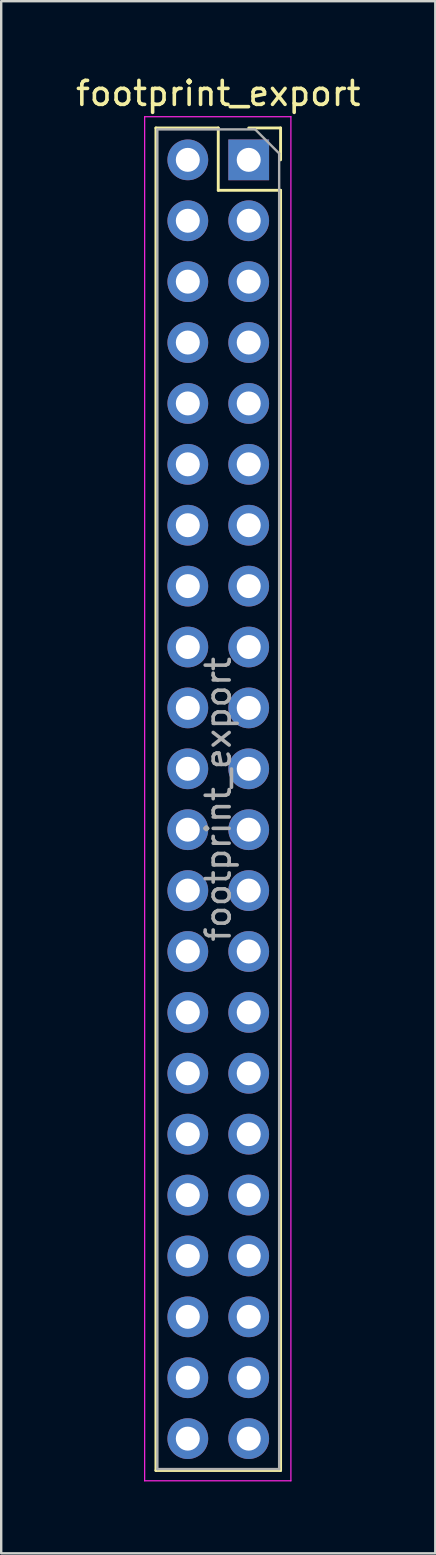
<source format=kicad_pcb>
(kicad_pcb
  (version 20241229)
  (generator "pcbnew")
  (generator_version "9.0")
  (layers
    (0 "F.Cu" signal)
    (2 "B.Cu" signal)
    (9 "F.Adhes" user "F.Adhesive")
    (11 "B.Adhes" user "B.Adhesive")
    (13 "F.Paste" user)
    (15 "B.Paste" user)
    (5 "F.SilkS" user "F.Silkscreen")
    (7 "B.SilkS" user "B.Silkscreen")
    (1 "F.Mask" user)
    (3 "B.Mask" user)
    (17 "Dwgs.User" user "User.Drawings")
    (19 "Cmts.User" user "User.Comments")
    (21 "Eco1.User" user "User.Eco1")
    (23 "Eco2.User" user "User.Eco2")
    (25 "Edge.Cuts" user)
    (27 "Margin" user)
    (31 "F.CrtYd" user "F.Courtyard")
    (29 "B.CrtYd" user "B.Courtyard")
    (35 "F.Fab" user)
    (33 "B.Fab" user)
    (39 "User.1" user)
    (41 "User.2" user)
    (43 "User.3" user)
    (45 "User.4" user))
  (footprint "footprint_export"
    (layer "F.Cu")
    (at 7.324 3.618)
    (property "Reference" "footprint_export" (at -1.27 -2.77 0) (layer "F.SilkS") (effects (font (size 1 1) (thickness 0.15))))
    (attr through_hole)
    (fp_line (start -3.87 -1.33) (end -3.87 54.67) (stroke (width 0.12) (type solid)) (layer "F.SilkS"))
    (fp_line (start -3.87 -1.33) (end -1.27 -1.33) (stroke (width 0.12) (type solid)) (layer "F.SilkS"))
    (fp_line (start -3.87 54.67) (end 1.33 54.67) (stroke (width 0.12) (type solid)) (layer "F.SilkS"))
    (fp_line (start -1.27 -1.33) (end -1.27 1.27) (stroke (width 0.12) (type solid)) (layer "F.SilkS"))
    (fp_line (start -1.27 1.27) (end 1.33 1.27) (stroke (width 0.12) (type solid)) (layer "F.SilkS"))
    (fp_line (start 0 -1.33) (end 1.33 -1.33) (stroke (width 0.12) (type solid)) (layer "F.SilkS"))
    (fp_line (start 1.33 -1.33) (end 1.33 0) (stroke (width 0.12) (type solid)) (layer "F.SilkS"))
    (fp_line (start 1.33 1.27) (end 1.33 54.67) (stroke (width 0.12) (type solid)) (layer "F.SilkS"))
    (fp_line (start -4.34 -1.8) (end 1.76 -1.8) (stroke (width 0.05) (type solid)) (layer "F.CrtYd"))
    (fp_line (start -4.34 55.1) (end -4.34 -1.8) (stroke (width 0.05) (type solid)) (layer "F.CrtYd"))
    (fp_line (start 1.76 -1.8) (end 1.76 55.1) (stroke (width 0.05) (type solid)) (layer "F.CrtYd"))
    (fp_line (start 1.76 55.1) (end -4.34 55.1) (stroke (width 0.05) (type solid)) (layer "F.CrtYd"))
    (fp_line (start -3.81 -1.27) (end 0.27 -1.27) (stroke (width 0.1) (type solid)) (layer "F.Fab"))
    (fp_line (start -3.81 54.61) (end -3.81 -1.27) (stroke (width 0.1) (type solid)) (layer "F.Fab"))
    (fp_line (start 0.27 -1.27) (end 1.27 -0.27) (stroke (width 0.1) (type solid)) (layer "F.Fab"))
    (fp_line (start 1.27 -0.27) (end 1.27 54.61) (stroke (width 0.1) (type solid)) (layer "F.Fab"))
    (fp_line (start 1.27 54.61) (end -3.81 54.61) (stroke (width 0.1) (type solid)) (layer "F.Fab"))
    (fp_text user "${REFERENCE}" (at -1.27 26.67 90) (layer "F.Fab") (effects (font (size 1 1) (thickness 0.15))))
    (pad "1" thru_hole rect (at 0 0) (size 1.7 1.7) (drill 1) (layers "*.Cu" "*.Mask"))
    (pad "2" thru_hole oval (at -2.54 0) (size 1.7 1.7) (drill 1) (layers "*.Cu" "*.Mask"))
    (pad "3" thru_hole oval (at 0 2.54) (size 1.7 1.7) (drill 1) (layers "*.Cu" "*.Mask"))
    (pad "4" thru_hole oval (at -2.54 2.54) (size 1.7 1.7) (drill 1) (layers "*.Cu" "*.Mask"))
    (pad "5" thru_hole oval (at 0 5.08) (size 1.7 1.7) (drill 1) (layers "*.Cu" "*.Mask"))
    (pad "6" thru_hole oval (at -2.54 5.08) (size 1.7 1.7) (drill 1) (layers "*.Cu" "*.Mask"))
    (pad "7" thru_hole oval (at 0 7.62) (size 1.7 1.7) (drill 1) (layers "*.Cu" "*.Mask"))
    (pad "8" thru_hole oval (at -2.54 7.62) (size 1.7 1.7) (drill 1) (layers "*.Cu" "*.Mask"))
    (pad "9" thru_hole oval (at 0 10.16) (size 1.7 1.7) (drill 1) (layers "*.Cu" "*.Mask"))
    (pad "10" thru_hole oval (at -2.54 10.16) (size 1.7 1.7) (drill 1) (layers "*.Cu" "*.Mask"))
    (pad "11" thru_hole oval (at 0 12.7) (size 1.7 1.7) (drill 1) (layers "*.Cu" "*.Mask"))
    (pad "12" thru_hole oval (at -2.54 12.7) (size 1.7 1.7) (drill 1) (layers "*.Cu" "*.Mask"))
    (pad "13" thru_hole oval (at 0 15.24) (size 1.7 1.7) (drill 1) (layers "*.Cu" "*.Mask"))
    (pad "14" thru_hole oval (at -2.54 15.24) (size 1.7 1.7) (drill 1) (layers "*.Cu" "*.Mask"))
    (pad "15" thru_hole oval (at 0 17.78) (size 1.7 1.7) (drill 1) (layers "*.Cu" "*.Mask"))
    (pad "16" thru_hole oval (at -2.54 17.78) (size 1.7 1.7) (drill 1) (layers "*.Cu" "*.Mask"))
    (pad "17" thru_hole oval (at 0 20.32) (size 1.7 1.7) (drill 1) (layers "*.Cu" "*.Mask"))
    (pad "18" thru_hole oval (at -2.54 20.32) (size 1.7 1.7) (drill 1) (layers "*.Cu" "*.Mask"))
    (pad "19" thru_hole oval (at 0 22.86) (size 1.7 1.7) (drill 1) (layers "*.Cu" "*.Mask"))
    (pad "20" thru_hole oval (at -2.54 22.86) (size 1.7 1.7) (drill 1) (layers "*.Cu" "*.Mask"))
    (pad "21" thru_hole oval (at 0 25.4) (size 1.7 1.7) (drill 1) (layers "*.Cu" "*.Mask"))
    (pad "22" thru_hole oval (at -2.54 25.4) (size 1.7 1.7) (drill 1) (layers "*.Cu" "*.Mask"))
    (pad "23" thru_hole oval (at 0 27.94) (size 1.7 1.7) (drill 1) (layers "*.Cu" "*.Mask"))
    (pad "24" thru_hole oval (at -2.54 27.94) (size 1.7 1.7) (drill 1) (layers "*.Cu" "*.Mask"))
    (pad "25" thru_hole oval (at 0 30.48) (size 1.7 1.7) (drill 1) (layers "*.Cu" "*.Mask"))
    (pad "26" thru_hole oval (at -2.54 30.48) (size 1.7 1.7) (drill 1) (layers "*.Cu" "*.Mask"))
    (pad "27" thru_hole oval (at 0 33.02) (size 1.7 1.7) (drill 1) (layers "*.Cu" "*.Mask"))
    (pad "28" thru_hole oval (at -2.54 33.02) (size 1.7 1.7) (drill 1) (layers "*.Cu" "*.Mask"))
    (pad "29" thru_hole oval (at 0 35.56) (size 1.7 1.7) (drill 1) (layers "*.Cu" "*.Mask"))
    (pad "30" thru_hole oval (at -2.54 35.56) (size 1.7 1.7) (drill 1) (layers "*.Cu" "*.Mask"))
    (pad "31" thru_hole oval (at 0 38.1) (size 1.7 1.7) (drill 1) (layers "*.Cu" "*.Mask"))
    (pad "32" thru_hole oval (at -2.54 38.1) (size 1.7 1.7) (drill 1) (layers "*.Cu" "*.Mask"))
    (pad "33" thru_hole oval (at 0 40.64) (size 1.7 1.7) (drill 1) (layers "*.Cu" "*.Mask"))
    (pad "34" thru_hole oval (at -2.54 40.64) (size 1.7 1.7) (drill 1) (layers "*.Cu" "*.Mask"))
    (pad "35" thru_hole oval (at 0 43.18) (size 1.7 1.7) (drill 1) (layers "*.Cu" "*.Mask"))
    (pad "36" thru_hole oval (at -2.54 43.18) (size 1.7 1.7) (drill 1) (layers "*.Cu" "*.Mask"))
    (pad "37" thru_hole oval (at 0 45.72) (size 1.7 1.7) (drill 1) (layers "*.Cu" "*.Mask"))
    (pad "38" thru_hole oval (at -2.54 45.72) (size 1.7 1.7) (drill 1) (layers "*.Cu" "*.Mask"))
    (pad "39" thru_hole oval (at 0 48.26) (size 1.7 1.7) (drill 1) (layers "*.Cu" "*.Mask"))
    (pad "40" thru_hole oval (at -2.54 48.26) (size 1.7 1.7) (drill 1) (layers "*.Cu" "*.Mask"))
    (pad "41" thru_hole oval (at 0 50.8) (size 1.7 1.7) (drill 1) (layers "*.Cu" "*.Mask"))
    (pad "42" thru_hole oval (at -2.54 50.8) (size 1.7 1.7) (drill 1) (layers "*.Cu" "*.Mask"))
    (pad "43" thru_hole oval (at 0 53.34) (size 1.7 1.7) (drill 1) (layers "*.Cu" "*.Mask"))
    (pad "44" thru_hole oval (at -2.54 53.34) (size 1.7 1.7) (drill 1) (layers "*.Cu" "*.Mask")))
  (gr_rect
    (start -3 -3)
    (end 15.107 61.743)
    (stroke (width 0.1) (type default))
    (fill no)
    (layer "Edge.Cuts")))
</source>
